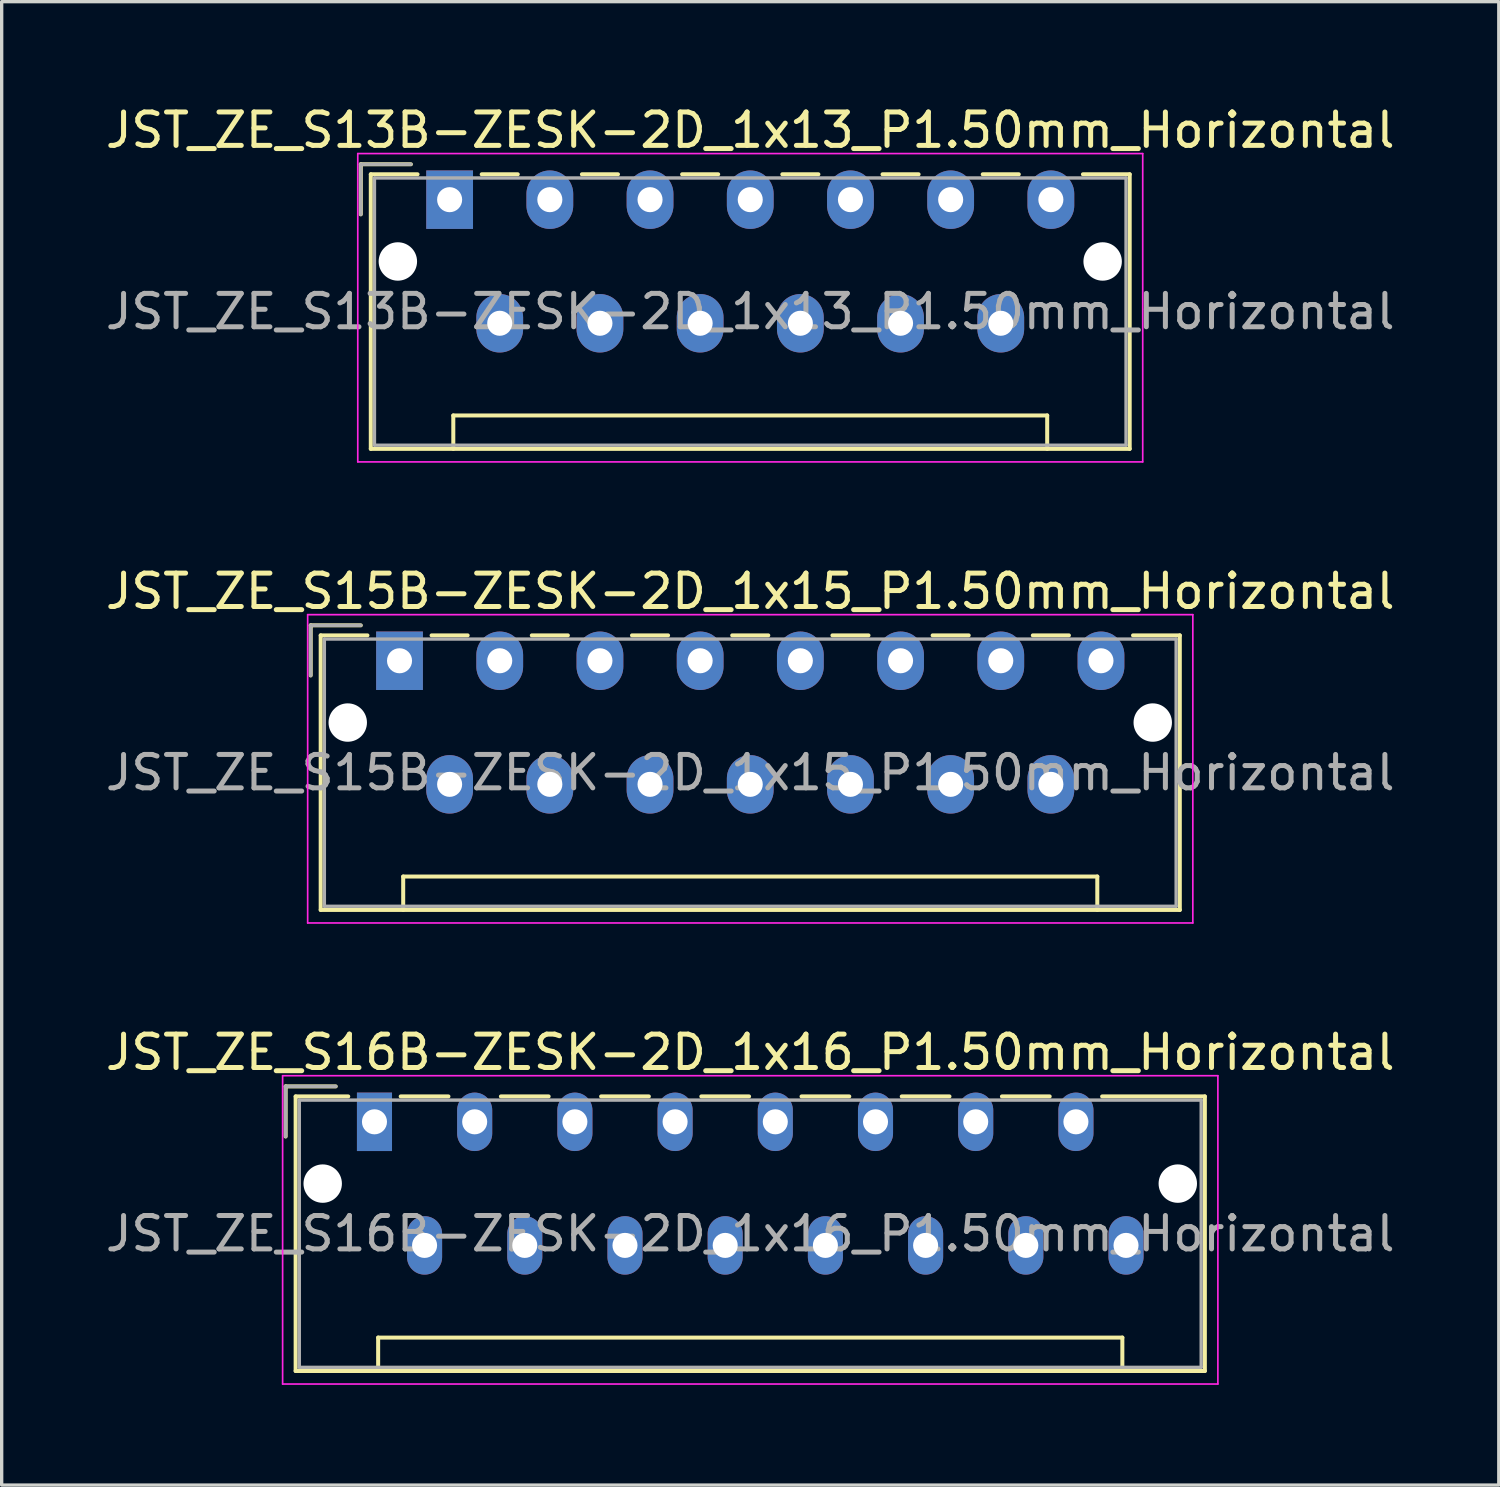
<source format=kicad_pcb>
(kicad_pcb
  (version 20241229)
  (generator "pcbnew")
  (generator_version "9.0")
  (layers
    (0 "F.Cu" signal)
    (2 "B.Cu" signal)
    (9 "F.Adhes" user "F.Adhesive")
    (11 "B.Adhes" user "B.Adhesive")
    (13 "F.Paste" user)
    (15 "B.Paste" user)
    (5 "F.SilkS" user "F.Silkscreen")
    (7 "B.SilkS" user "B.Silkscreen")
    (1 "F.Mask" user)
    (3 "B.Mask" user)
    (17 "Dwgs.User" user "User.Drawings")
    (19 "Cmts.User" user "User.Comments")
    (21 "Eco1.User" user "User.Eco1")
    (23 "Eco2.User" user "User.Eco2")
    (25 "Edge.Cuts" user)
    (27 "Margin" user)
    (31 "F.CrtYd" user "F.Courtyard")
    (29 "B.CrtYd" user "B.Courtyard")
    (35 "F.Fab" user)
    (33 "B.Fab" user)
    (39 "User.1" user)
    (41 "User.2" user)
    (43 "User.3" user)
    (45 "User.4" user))
  (footprint "JST_ZE_S16B-ZESK-2D_1x16_P1.50mm_Horizontal"
    (layer "F.Cu")
    (at 8.161 30.535)
    (property "Reference" "JST_ZE_S16B-ZESK-2D_1x16_P1.50mm_Horizontal" (at 11.25 -2.08 0) (layer "F.SilkS") (effects (font (size 1 1) (thickness 0.15))))
    (attr through_hole)
    (fp_line (start -2.66 -1.06) (end -1.16 -1.06) (stroke (width 0.12) (type solid)) (layer "F.SilkS"))
    (fp_line (start -2.66 0.44) (end -2.66 -1.06) (stroke (width 0.12) (type solid)) (layer "F.SilkS"))
    (fp_line (start -2.36 -0.76) (end -2.36 7.46) (stroke (width 0.12) (type solid)) (layer "F.SilkS"))
    (fp_line (start -2.36 7.46) (end 24.86 7.46) (stroke (width 0.12) (type solid)) (layer "F.SilkS"))
    (fp_line (start -0.785 -0.76) (end -2.36 -0.76) (stroke (width 0.12) (type solid)) (layer "F.SilkS"))
    (fp_line (start 0.11 6.46) (end 22.39 6.46) (stroke (width 0.12) (type solid)) (layer "F.SilkS"))
    (fp_line (start 0.11 7.46) (end 0.11 6.46) (stroke (width 0.12) (type solid)) (layer "F.SilkS"))
    (fp_line (start 0.785 -0.76) (end 2.215 -0.76) (stroke (width 0.12) (type solid)) (layer "F.SilkS"))
    (fp_line (start 3.785 -0.76) (end 5.215 -0.76) (stroke (width 0.12) (type solid)) (layer "F.SilkS"))
    (fp_line (start 6.785 -0.76) (end 8.215 -0.76) (stroke (width 0.12) (type solid)) (layer "F.SilkS"))
    (fp_line (start 9.785 -0.76) (end 11.215 -0.76) (stroke (width 0.12) (type solid)) (layer "F.SilkS"))
    (fp_line (start 12.785 -0.76) (end 14.215 -0.76) (stroke (width 0.12) (type solid)) (layer "F.SilkS"))
    (fp_line (start 15.785 -0.76) (end 17.215 -0.76) (stroke (width 0.12) (type solid)) (layer "F.SilkS"))
    (fp_line (start 18.785 -0.76) (end 20.215 -0.76) (stroke (width 0.12) (type solid)) (layer "F.SilkS"))
    (fp_line (start 22.39 6.46) (end 22.39 7.46) (stroke (width 0.12) (type solid)) (layer "F.SilkS"))
    (fp_line (start 24.86 -0.76) (end 21.785 -0.76) (stroke (width 0.12) (type solid)) (layer "F.SilkS"))
    (fp_line (start 24.86 7.46) (end 24.86 -0.76) (stroke (width 0.12) (type solid)) (layer "F.SilkS"))
    (fp_line (start -2.75 -1.38) (end -2.75 7.85) (stroke (width 0.05) (type solid)) (layer "F.CrtYd"))
    (fp_line (start -2.75 7.85) (end 25.25 7.85) (stroke (width 0.05) (type solid)) (layer "F.CrtYd"))
    (fp_line (start 25.25 -1.38) (end -2.75 -1.38) (stroke (width 0.05) (type solid)) (layer "F.CrtYd"))
    (fp_line (start 25.25 7.85) (end 25.25 -1.38) (stroke (width 0.05) (type solid)) (layer "F.CrtYd"))
    (fp_line (start -2.66 -1.06) (end -1.16 -1.06) (stroke (width 0.1) (type solid)) (layer "F.Fab"))
    (fp_line (start -2.66 0.44) (end -2.66 -1.06) (stroke (width 0.1) (type solid)) (layer "F.Fab"))
    (fp_line (start -2.25 -0.65) (end -2.25 7.35) (stroke (width 0.1) (type solid)) (layer "F.Fab"))
    (fp_line (start -2.25 7.35) (end 24.75 7.35) (stroke (width 0.1) (type solid)) (layer "F.Fab"))
    (fp_line (start 24.75 -0.65) (end -2.25 -0.65) (stroke (width 0.1) (type solid)) (layer "F.Fab"))
    (fp_line (start 24.75 7.35) (end 24.75 -0.65) (stroke (width 0.1) (type solid)) (layer "F.Fab"))
    (fp_text user "${REFERENCE}" (at 11.25 3.35 0) (layer "F.Fab") (effects (font (size 1 1) (thickness 0.15))))
    (pad "" np_thru_hole circle (at -1.55 1.85) (size 1.15 1.15) (drill 1.15) (layers "*.Cu" "*.Mask"))
    (pad "" np_thru_hole circle (at 24.05 1.85) (size 1.15 1.15) (drill 1.15) (layers "*.Cu" "*.Mask"))
    (pad "1" thru_hole rect (at 0 0) (size 1.05 1.75) (drill 0.75) (layers "*.Cu" "*.Mask"))
    (pad "2" thru_hole oval (at 1.5 3.7) (size 1.05 1.75) (drill 0.75) (layers "*.Cu" "*.Mask"))
    (pad "3" thru_hole oval (at 3 0) (size 1.05 1.75) (drill 0.75) (layers "*.Cu" "*.Mask"))
    (pad "4" thru_hole oval (at 4.5 3.7) (size 1.05 1.75) (drill 0.75) (layers "*.Cu" "*.Mask"))
    (pad "5" thru_hole oval (at 6 0) (size 1.05 1.75) (drill 0.75) (layers "*.Cu" "*.Mask"))
    (pad "6" thru_hole oval (at 7.5 3.7) (size 1.05 1.75) (drill 0.75) (layers "*.Cu" "*.Mask"))
    (pad "7" thru_hole oval (at 9 0) (size 1.05 1.75) (drill 0.75) (layers "*.Cu" "*.Mask"))
    (pad "8" thru_hole oval (at 10.5 3.7) (size 1.05 1.75) (drill 0.75) (layers "*.Cu" "*.Mask"))
    (pad "9" thru_hole oval (at 12 0) (size 1.05 1.75) (drill 0.75) (layers "*.Cu" "*.Mask"))
    (pad "10" thru_hole oval (at 13.5 3.7) (size 1.05 1.75) (drill 0.75) (layers "*.Cu" "*.Mask"))
    (pad "11" thru_hole oval (at 15 0) (size 1.05 1.75) (drill 0.75) (layers "*.Cu" "*.Mask"))
    (pad "12" thru_hole oval (at 16.5 3.7) (size 1.05 1.75) (drill 0.75) (layers "*.Cu" "*.Mask"))
    (pad "13" thru_hole oval (at 18 0) (size 1.05 1.75) (drill 0.75) (layers "*.Cu" "*.Mask"))
    (pad "14" thru_hole oval (at 19.5 3.7) (size 1.05 1.75) (drill 0.75) (layers "*.Cu" "*.Mask"))
    (pad "15" thru_hole oval (at 21 0) (size 1.05 1.75) (drill 0.75) (layers "*.Cu" "*.Mask"))
    (pad "16" thru_hole oval (at 22.5 3.7) (size 1.05 1.75) (drill 0.75) (layers "*.Cu" "*.Mask")))
  (footprint "JST_ZE_S13B-ZESK-2D_1x13_P1.50mm_Horizontal"
    (layer "F.Cu")
    (at 10.411 2.928)
    (property "Reference" "JST_ZE_S13B-ZESK-2D_1x13_P1.50mm_Horizontal" (at 9 -2.08 0) (layer "F.SilkS") (effects (font (size 1 1) (thickness 0.15))))
    (attr through_hole)
    (fp_line (start -2.66 -1.06) (end -1.16 -1.06) (stroke (width 0.12) (type solid)) (layer "F.SilkS"))
    (fp_line (start -2.66 0.44) (end -2.66 -1.06) (stroke (width 0.12) (type solid)) (layer "F.SilkS"))
    (fp_line (start -2.36 -0.76) (end -2.36 7.46) (stroke (width 0.12) (type solid)) (layer "F.SilkS"))
    (fp_line (start -2.36 7.46) (end 20.36 7.46) (stroke (width 0.12) (type solid)) (layer "F.SilkS"))
    (fp_line (start -0.96 -0.76) (end -2.36 -0.76) (stroke (width 0.12) (type solid)) (layer "F.SilkS"))
    (fp_line (start 0.11 6.46) (end 17.89 6.46) (stroke (width 0.12) (type solid)) (layer "F.SilkS"))
    (fp_line (start 0.11 7.46) (end 0.11 6.46) (stroke (width 0.12) (type solid)) (layer "F.SilkS"))
    (fp_line (start 0.96 -0.76) (end 2.04 -0.76) (stroke (width 0.12) (type solid)) (layer "F.SilkS"))
    (fp_line (start 3.96 -0.76) (end 5.04 -0.76) (stroke (width 0.12) (type solid)) (layer "F.SilkS"))
    (fp_line (start 6.96 -0.76) (end 8.04 -0.76) (stroke (width 0.12) (type solid)) (layer "F.SilkS"))
    (fp_line (start 9.96 -0.76) (end 11.04 -0.76) (stroke (width 0.12) (type solid)) (layer "F.SilkS"))
    (fp_line (start 12.96 -0.76) (end 14.04 -0.76) (stroke (width 0.12) (type solid)) (layer "F.SilkS"))
    (fp_line (start 15.96 -0.76) (end 17.04 -0.76) (stroke (width 0.12) (type solid)) (layer "F.SilkS"))
    (fp_line (start 17.89 6.46) (end 17.89 7.46) (stroke (width 0.12) (type solid)) (layer "F.SilkS"))
    (fp_line (start 20.36 -0.76) (end 18.96 -0.76) (stroke (width 0.12) (type solid)) (layer "F.SilkS"))
    (fp_line (start 20.36 7.46) (end 20.36 -0.76) (stroke (width 0.12) (type solid)) (layer "F.SilkS"))
    (fp_line (start -2.75 -1.38) (end -2.75 7.85) (stroke (width 0.05) (type solid)) (layer "F.CrtYd"))
    (fp_line (start -2.75 7.85) (end 20.75 7.85) (stroke (width 0.05) (type solid)) (layer "F.CrtYd"))
    (fp_line (start 20.75 -1.38) (end -2.75 -1.38) (stroke (width 0.05) (type solid)) (layer "F.CrtYd"))
    (fp_line (start 20.75 7.85) (end 20.75 -1.38) (stroke (width 0.05) (type solid)) (layer "F.CrtYd"))
    (fp_line (start -2.66 -1.06) (end -1.16 -1.06) (stroke (width 0.1) (type solid)) (layer "F.Fab"))
    (fp_line (start -2.66 0.44) (end -2.66 -1.06) (stroke (width 0.1) (type solid)) (layer "F.Fab"))
    (fp_line (start -2.25 -0.65) (end -2.25 7.35) (stroke (width 0.1) (type solid)) (layer "F.Fab"))
    (fp_line (start -2.25 7.35) (end 20.25 7.35) (stroke (width 0.1) (type solid)) (layer "F.Fab"))
    (fp_line (start 20.25 -0.65) (end -2.25 -0.65) (stroke (width 0.1) (type solid)) (layer "F.Fab"))
    (fp_line (start 20.25 7.35) (end 20.25 -0.65) (stroke (width 0.1) (type solid)) (layer "F.Fab"))
    (fp_text user "${REFERENCE}" (at 9 3.35 0) (layer "F.Fab") (effects (font (size 1 1) (thickness 0.15))))
    (pad "" np_thru_hole circle (at -1.55 1.85) (size 1.15 1.15) (drill 1.15) (layers "*.Cu" "*.Mask"))
    (pad "" np_thru_hole circle (at 19.55 1.85) (size 1.15 1.15) (drill 1.15) (layers "*.Cu" "*.Mask"))
    (pad "1" thru_hole rect (at 0 0) (size 1.4 1.75) (drill 0.75) (layers "*.Cu" "*.Mask"))
    (pad "2" thru_hole oval (at 1.5 3.7) (size 1.4 1.75) (drill 0.75) (layers "*.Cu" "*.Mask"))
    (pad "3" thru_hole oval (at 3 0) (size 1.4 1.75) (drill 0.75) (layers "*.Cu" "*.Mask"))
    (pad "4" thru_hole oval (at 4.5 3.7) (size 1.4 1.75) (drill 0.75) (layers "*.Cu" "*.Mask"))
    (pad "5" thru_hole oval (at 6 0) (size 1.4 1.75) (drill 0.75) (layers "*.Cu" "*.Mask"))
    (pad "6" thru_hole oval (at 7.5 3.7) (size 1.4 1.75) (drill 0.75) (layers "*.Cu" "*.Mask"))
    (pad "7" thru_hole oval (at 9 0) (size 1.4 1.75) (drill 0.75) (layers "*.Cu" "*.Mask"))
    (pad "8" thru_hole oval (at 10.5 3.7) (size 1.4 1.75) (drill 0.75) (layers "*.Cu" "*.Mask"))
    (pad "9" thru_hole oval (at 12 0) (size 1.4 1.75) (drill 0.75) (layers "*.Cu" "*.Mask"))
    (pad "10" thru_hole oval (at 13.5 3.7) (size 1.4 1.75) (drill 0.75) (layers "*.Cu" "*.Mask"))
    (pad "11" thru_hole oval (at 15 0) (size 1.4 1.75) (drill 0.75) (layers "*.Cu" "*.Mask"))
    (pad "12" thru_hole oval (at 16.5 3.7) (size 1.4 1.75) (drill 0.75) (layers "*.Cu" "*.Mask"))
    (pad "13" thru_hole oval (at 18 0) (size 1.4 1.75) (drill 0.75) (layers "*.Cu" "*.Mask")))
  (footprint "JST_ZE_S15B-ZESK-2D_1x15_P1.50mm_Horizontal"
    (layer "F.Cu")
    (at 8.911 16.732)
    (property "Reference" "JST_ZE_S15B-ZESK-2D_1x15_P1.50mm_Horizontal" (at 10.5 -2.08 0) (layer "F.SilkS") (effects (font (size 1 1) (thickness 0.15))))
    (attr through_hole)
    (fp_line (start -2.66 -1.06) (end -1.16 -1.06) (stroke (width 0.12) (type solid)) (layer "F.SilkS"))
    (fp_line (start -2.66 0.44) (end -2.66 -1.06) (stroke (width 0.12) (type solid)) (layer "F.SilkS"))
    (fp_line (start -2.36 -0.76) (end -2.36 7.46) (stroke (width 0.12) (type solid)) (layer "F.SilkS"))
    (fp_line (start -2.36 7.46) (end 23.36 7.46) (stroke (width 0.12) (type solid)) (layer "F.SilkS"))
    (fp_line (start -0.96 -0.76) (end -2.36 -0.76) (stroke (width 0.12) (type solid)) (layer "F.SilkS"))
    (fp_line (start 0.11 6.46) (end 20.89 6.46) (stroke (width 0.12) (type solid)) (layer "F.SilkS"))
    (fp_line (start 0.11 7.46) (end 0.11 6.46) (stroke (width 0.12) (type solid)) (layer "F.SilkS"))
    (fp_line (start 0.96 -0.76) (end 2.04 -0.76) (stroke (width 0.12) (type solid)) (layer "F.SilkS"))
    (fp_line (start 3.96 -0.76) (end 5.04 -0.76) (stroke (width 0.12) (type solid)) (layer "F.SilkS"))
    (fp_line (start 6.96 -0.76) (end 8.04 -0.76) (stroke (width 0.12) (type solid)) (layer "F.SilkS"))
    (fp_line (start 9.96 -0.76) (end 11.04 -0.76) (stroke (width 0.12) (type solid)) (layer "F.SilkS"))
    (fp_line (start 12.96 -0.76) (end 14.04 -0.76) (stroke (width 0.12) (type solid)) (layer "F.SilkS"))
    (fp_line (start 15.96 -0.76) (end 17.04 -0.76) (stroke (width 0.12) (type solid)) (layer "F.SilkS"))
    (fp_line (start 18.96 -0.76) (end 20.04 -0.76) (stroke (width 0.12) (type solid)) (layer "F.SilkS"))
    (fp_line (start 20.89 6.46) (end 20.89 7.46) (stroke (width 0.12) (type solid)) (layer "F.SilkS"))
    (fp_line (start 23.36 -0.76) (end 21.96 -0.76) (stroke (width 0.12) (type solid)) (layer "F.SilkS"))
    (fp_line (start 23.36 7.46) (end 23.36 -0.76) (stroke (width 0.12) (type solid)) (layer "F.SilkS"))
    (fp_line (start -2.75 -1.38) (end -2.75 7.85) (stroke (width 0.05) (type solid)) (layer "F.CrtYd"))
    (fp_line (start -2.75 7.85) (end 23.75 7.85) (stroke (width 0.05) (type solid)) (layer "F.CrtYd"))
    (fp_line (start 23.75 -1.38) (end -2.75 -1.38) (stroke (width 0.05) (type solid)) (layer "F.CrtYd"))
    (fp_line (start 23.75 7.85) (end 23.75 -1.38) (stroke (width 0.05) (type solid)) (layer "F.CrtYd"))
    (fp_line (start -2.66 -1.06) (end -1.16 -1.06) (stroke (width 0.1) (type solid)) (layer "F.Fab"))
    (fp_line (start -2.66 0.44) (end -2.66 -1.06) (stroke (width 0.1) (type solid)) (layer "F.Fab"))
    (fp_line (start -2.25 -0.65) (end -2.25 7.35) (stroke (width 0.1) (type solid)) (layer "F.Fab"))
    (fp_line (start -2.25 7.35) (end 23.25 7.35) (stroke (width 0.1) (type solid)) (layer "F.Fab"))
    (fp_line (start 23.25 -0.65) (end -2.25 -0.65) (stroke (width 0.1) (type solid)) (layer "F.Fab"))
    (fp_line (start 23.25 7.35) (end 23.25 -0.65) (stroke (width 0.1) (type solid)) (layer "F.Fab"))
    (fp_text user "${REFERENCE}" (at 10.5 3.35 0) (layer "F.Fab") (effects (font (size 1 1) (thickness 0.15))))
    (pad "" np_thru_hole circle (at -1.55 1.85) (size 1.15 1.15) (drill 1.15) (layers "*.Cu" "*.Mask"))
    (pad "" np_thru_hole circle (at 22.55 1.85) (size 1.15 1.15) (drill 1.15) (layers "*.Cu" "*.Mask"))
    (pad "1" thru_hole rect (at 0 0) (size 1.4 1.75) (drill 0.75) (layers "*.Cu" "*.Mask"))
    (pad "2" thru_hole oval (at 1.5 3.7) (size 1.4 1.75) (drill 0.75) (layers "*.Cu" "*.Mask"))
    (pad "3" thru_hole oval (at 3 0) (size 1.4 1.75) (drill 0.75) (layers "*.Cu" "*.Mask"))
    (pad "4" thru_hole oval (at 4.5 3.7) (size 1.4 1.75) (drill 0.75) (layers "*.Cu" "*.Mask"))
    (pad "5" thru_hole oval (at 6 0) (size 1.4 1.75) (drill 0.75) (layers "*.Cu" "*.Mask"))
    (pad "6" thru_hole oval (at 7.5 3.7) (size 1.4 1.75) (drill 0.75) (layers "*.Cu" "*.Mask"))
    (pad "7" thru_hole oval (at 9 0) (size 1.4 1.75) (drill 0.75) (layers "*.Cu" "*.Mask"))
    (pad "8" thru_hole oval (at 10.5 3.7) (size 1.4 1.75) (drill 0.75) (layers "*.Cu" "*.Mask"))
    (pad "9" thru_hole oval (at 12 0) (size 1.4 1.75) (drill 0.75) (layers "*.Cu" "*.Mask"))
    (pad "10" thru_hole oval (at 13.5 3.7) (size 1.4 1.75) (drill 0.75) (layers "*.Cu" "*.Mask"))
    (pad "11" thru_hole oval (at 15 0) (size 1.4 1.75) (drill 0.75) (layers "*.Cu" "*.Mask"))
    (pad "12" thru_hole oval (at 16.5 3.7) (size 1.4 1.75) (drill 0.75) (layers "*.Cu" "*.Mask"))
    (pad "13" thru_hole oval (at 18 0) (size 1.4 1.75) (drill 0.75) (layers "*.Cu" "*.Mask"))
    (pad "14" thru_hole oval (at 19.5 3.7) (size 1.4 1.75) (drill 0.75) (layers "*.Cu" "*.Mask"))
    (pad "15" thru_hole oval (at 21 0) (size 1.4 1.75) (drill 0.75) (layers "*.Cu" "*.Mask")))
  (gr_rect
    (start -3 -3)
    (end 41.821 41.41)
    (stroke (width 0.1) (type default))
    (fill no)
    (layer "Edge.Cuts")))
</source>
